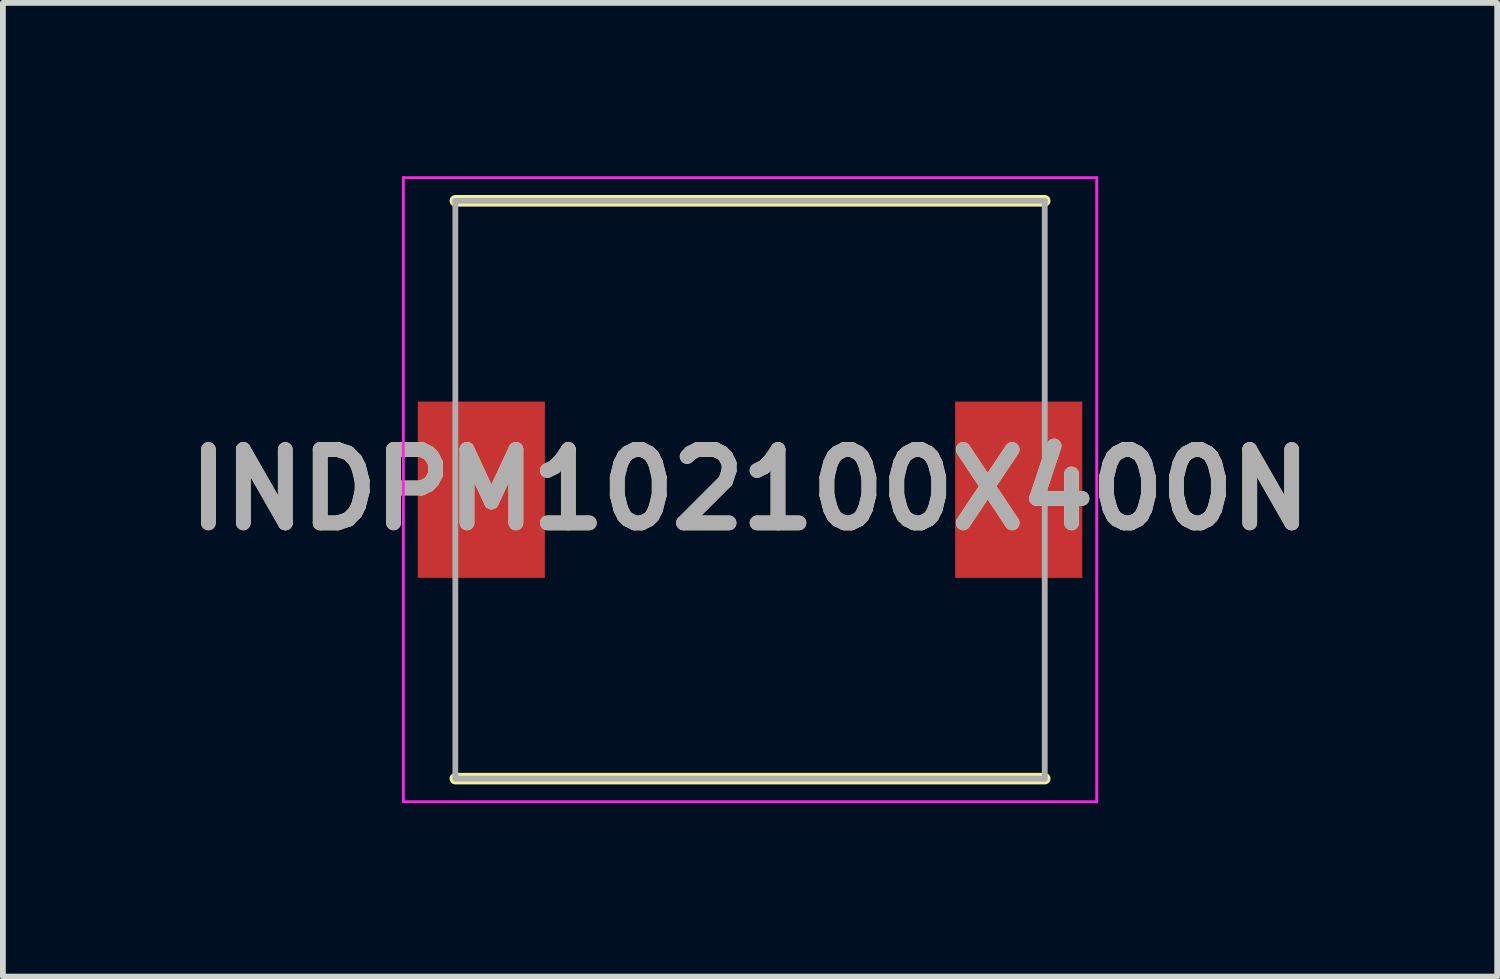
<source format=kicad_pcb>
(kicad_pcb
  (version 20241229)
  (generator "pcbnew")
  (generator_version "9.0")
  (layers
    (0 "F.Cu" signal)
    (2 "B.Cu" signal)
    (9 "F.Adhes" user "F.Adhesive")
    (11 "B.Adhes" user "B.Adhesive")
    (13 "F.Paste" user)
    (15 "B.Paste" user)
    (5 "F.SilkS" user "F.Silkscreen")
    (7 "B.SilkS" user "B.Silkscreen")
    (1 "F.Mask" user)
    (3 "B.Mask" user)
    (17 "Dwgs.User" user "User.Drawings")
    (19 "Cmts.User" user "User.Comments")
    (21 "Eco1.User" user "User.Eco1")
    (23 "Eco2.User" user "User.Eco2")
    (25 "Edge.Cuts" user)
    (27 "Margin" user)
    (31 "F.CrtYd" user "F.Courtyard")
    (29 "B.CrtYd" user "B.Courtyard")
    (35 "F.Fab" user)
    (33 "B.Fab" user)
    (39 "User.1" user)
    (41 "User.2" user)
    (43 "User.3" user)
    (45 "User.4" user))
  (footprint "INDPM102100X400N"
    (layer "F.Cu")
    (at 9.93 5.425)
    (property "Reference" "INDPM102100X400N" (at 0 0 0) (layer "F.SilkS") (effects (font (size 1.27 1.27) (thickness 0.254))))
    (attr smd)
    (fp_line (start -5.1 5) (end 5.1 5) (stroke (width 0.2) (type solid)) (layer "F.SilkS"))
    (fp_line (start 5.1 -5) (end -5.1 -5) (stroke (width 0.2) (type solid)) (layer "F.SilkS"))
    (fp_line (start -6 -5.4) (end 6 -5.4) (stroke (width 0.05) (type solid)) (layer "F.CrtYd"))
    (fp_line (start -6 5.4) (end -6 -5.4) (stroke (width 0.05) (type solid)) (layer "F.CrtYd"))
    (fp_line (start 6 -5.4) (end 6 5.4) (stroke (width 0.05) (type solid)) (layer "F.CrtYd"))
    (fp_line (start 6 5.4) (end -6 5.4) (stroke (width 0.05) (type solid)) (layer "F.CrtYd"))
    (fp_line (start -5.1 -5) (end 5.1 -5) (stroke (width 0.1) (type solid)) (layer "F.Fab"))
    (fp_line (start -5.1 5) (end -5.1 -5) (stroke (width 0.1) (type solid)) (layer "F.Fab"))
    (fp_line (start 5.1 -5) (end 5.1 5) (stroke (width 0.1) (type solid)) (layer "F.Fab"))
    (fp_line (start 5.1 5) (end -5.1 5) (stroke (width 0.1) (type solid)) (layer "F.Fab"))
    (fp_text user "${REFERENCE}" (at 0 0 0) (layer "F.Fab") (effects (font (size 1.27 1.27) (thickness 0.254))))
    (pad "1" smd rect (at -4.65 0) (size 2.2 3.05) (layers "F.Cu" "F.Mask" "F.Paste"))
    (pad "2" smd rect (at 4.65 0) (size 2.2 3.05) (layers "F.Cu" "F.Mask" "F.Paste")))
  (gr_rect
    (start -3 -3)
    (end 22.86 13.85)
    (stroke (width 0.1) (type default))
    (fill no)
    (layer "Edge.Cuts")))
</source>
